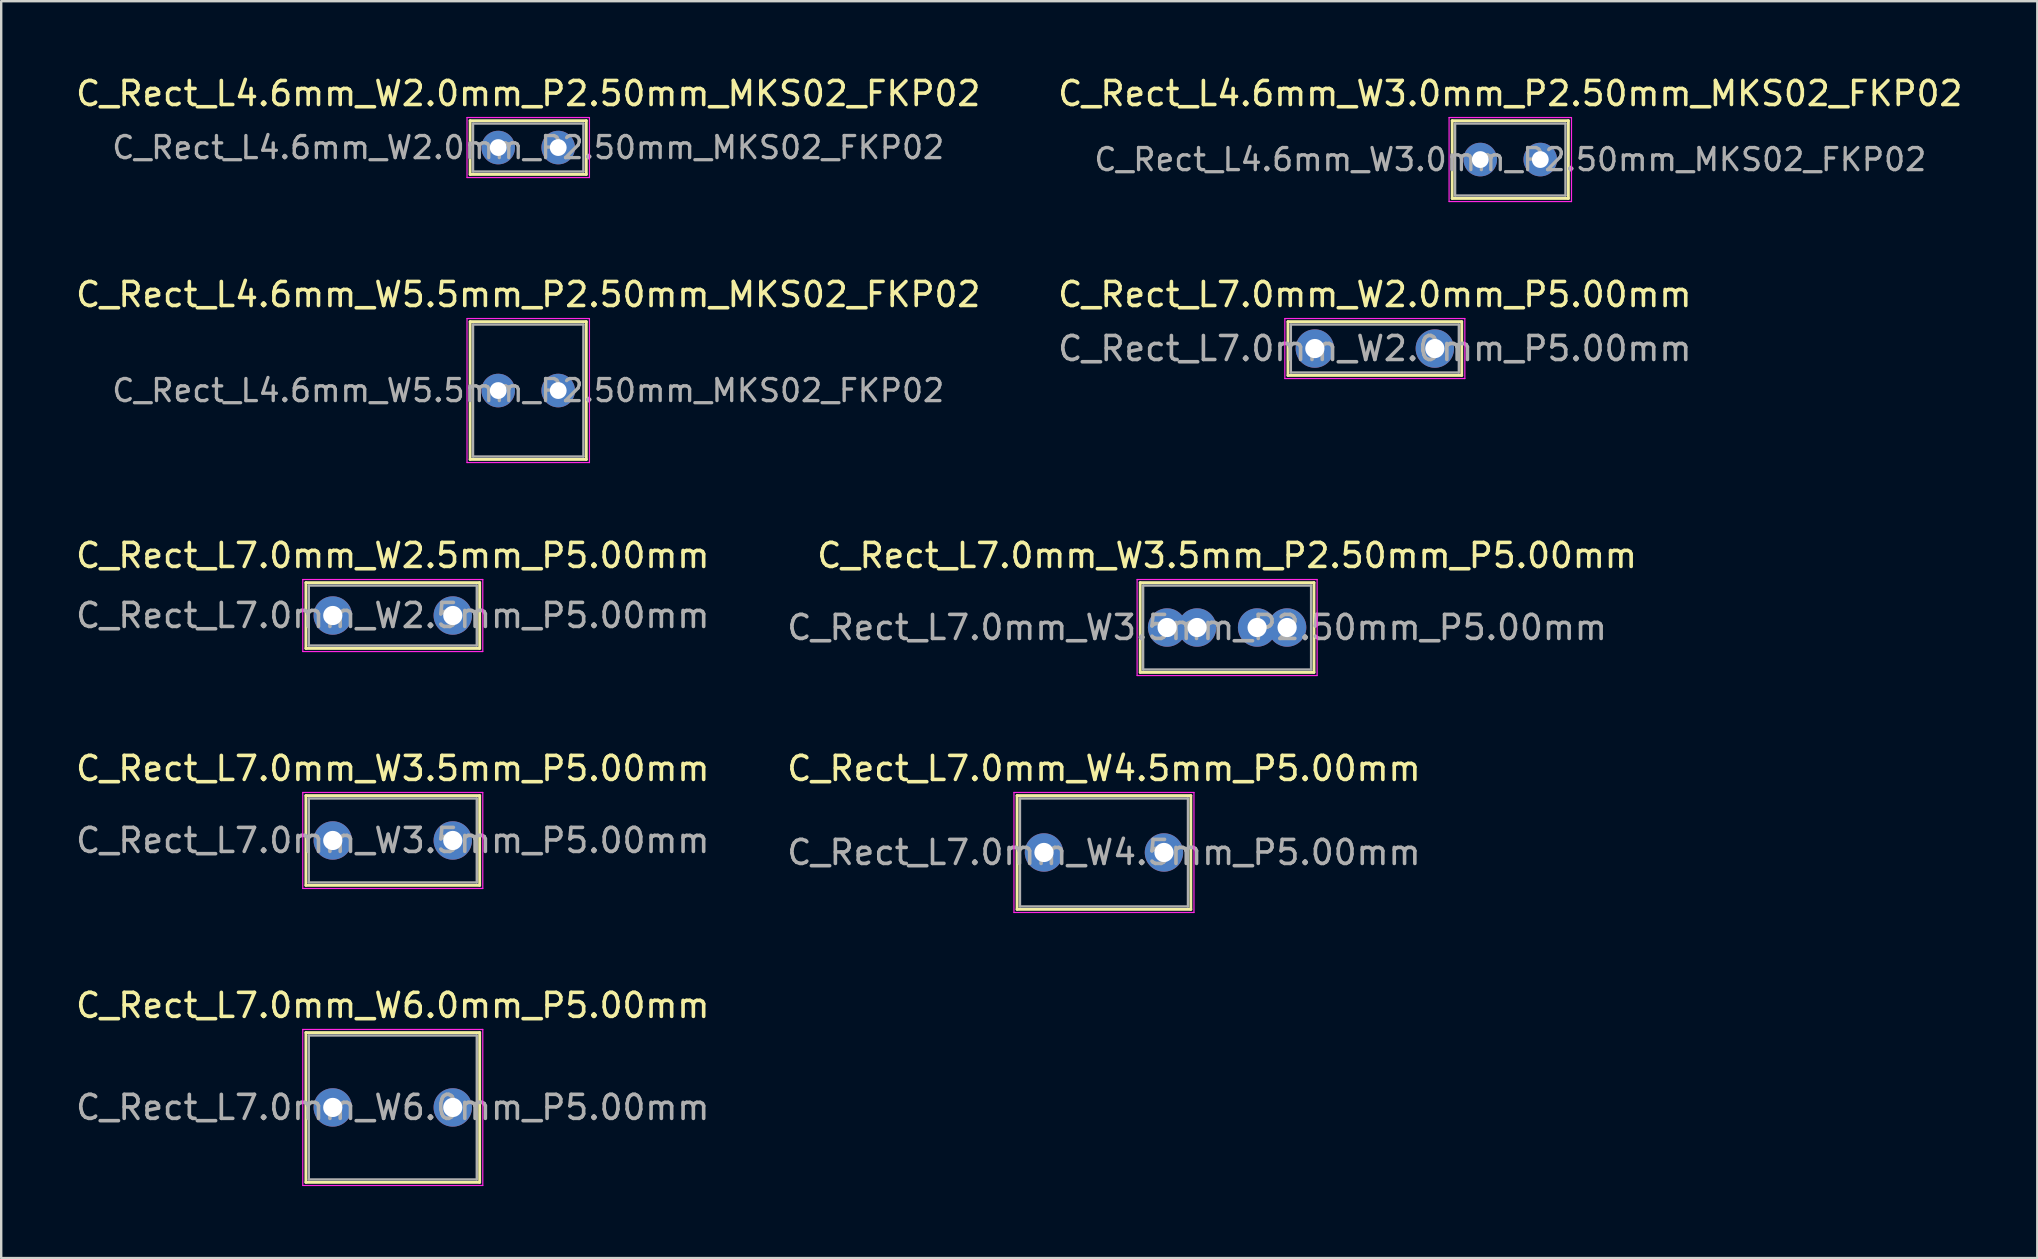
<source format=kicad_pcb>
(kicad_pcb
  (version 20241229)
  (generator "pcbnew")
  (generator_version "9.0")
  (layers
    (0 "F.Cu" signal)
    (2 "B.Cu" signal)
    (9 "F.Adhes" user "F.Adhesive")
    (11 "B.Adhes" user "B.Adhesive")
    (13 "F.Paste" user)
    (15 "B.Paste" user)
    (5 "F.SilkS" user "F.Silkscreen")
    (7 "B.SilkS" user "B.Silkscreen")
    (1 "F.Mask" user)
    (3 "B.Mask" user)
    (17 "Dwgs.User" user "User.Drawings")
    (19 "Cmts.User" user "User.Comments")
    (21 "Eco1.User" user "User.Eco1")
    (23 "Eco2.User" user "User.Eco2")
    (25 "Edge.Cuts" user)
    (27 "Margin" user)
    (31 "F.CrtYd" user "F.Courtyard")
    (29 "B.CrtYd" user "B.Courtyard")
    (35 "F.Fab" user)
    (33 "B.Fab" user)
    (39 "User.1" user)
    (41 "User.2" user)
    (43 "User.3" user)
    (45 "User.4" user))
  (footprint "C_Rect_L7.0mm_W3.5mm_P2.50mm_P5.00mm"
    (layer "F.Cu")
    (at 45.577 23.095)
    (property "Reference" "C_Rect_L7.0mm_W3.5mm_P2.50mm_P5.00mm" (at 2.5 -3 0) (layer "F.SilkS") (effects (font (size 1 1) (thickness 0.15))))
    (attr through_hole)
    (fp_line (start -1.12 -1.87) (end -1.12 1.87) (stroke (width 0.12) (type solid)) (layer "F.SilkS"))
    (fp_line (start -1.12 -1.87) (end 6.12 -1.87) (stroke (width 0.12) (type solid)) (layer "F.SilkS"))
    (fp_line (start -1.12 1.87) (end 6.12 1.87) (stroke (width 0.12) (type solid)) (layer "F.SilkS"))
    (fp_line (start 6.12 -1.87) (end 6.12 1.87) (stroke (width 0.12) (type solid)) (layer "F.SilkS"))
    (fp_line (start -1.25 -2) (end -1.25 2) (stroke (width 0.05) (type solid)) (layer "F.CrtYd"))
    (fp_line (start -1.25 2) (end 6.25 2) (stroke (width 0.05) (type solid)) (layer "F.CrtYd"))
    (fp_line (start 6.25 -2) (end -1.25 -2) (stroke (width 0.05) (type solid)) (layer "F.CrtYd"))
    (fp_line (start 6.25 2) (end 6.25 -2) (stroke (width 0.05) (type solid)) (layer "F.CrtYd"))
    (fp_line (start -1 -1.75) (end -1 1.75) (stroke (width 0.1) (type solid)) (layer "F.Fab"))
    (fp_line (start -1 1.75) (end 6 1.75) (stroke (width 0.1) (type solid)) (layer "F.Fab"))
    (fp_line (start 6 -1.75) (end -1 -1.75) (stroke (width 0.1) (type solid)) (layer "F.Fab"))
    (fp_line (start 6 1.75) (end 6 -1.75) (stroke (width 0.1) (type solid)) (layer "F.Fab"))
    (fp_text user "${REFERENCE}" (at 1.25 0 0) (layer "F.Fab") (effects (font (size 1 1) (thickness 0.15))))
    (pad "1" thru_hole circle (at 0 0) (size 1.6 1.6) (drill 0.8) (layers "*.Cu" "*.Mask"))
    (pad "1" thru_hole circle (at 1.25 0) (size 1.6 1.6) (drill 0.8) (layers "*.Cu" "*.Mask"))
    (pad "2" thru_hole circle (at 3.75 0) (size 1.6 1.6) (drill 0.8) (layers "*.Cu" "*.Mask"))
    (pad "2" thru_hole circle (at 5 0) (size 1.6 1.6) (drill 0.8) (layers "*.Cu" "*.Mask")))
  (footprint "C_Rect_L4.6mm_W3.0mm_P2.50mm_MKS02_FKP02"
    (layer "F.Cu")
    (at 58.625 3.598)
    (property "Reference" "C_Rect_L4.6mm_W3.0mm_P2.50mm_MKS02_FKP02" (at 1.25 -2.75 0) (layer "F.SilkS") (effects (font (size 1 1) (thickness 0.15))))
    (attr through_hole)
    (fp_line (start -1.17 -1.62) (end -1.17 1.62) (stroke (width 0.12) (type solid)) (layer "F.SilkS"))
    (fp_line (start -1.17 -1.62) (end 3.67 -1.62) (stroke (width 0.12) (type solid)) (layer "F.SilkS"))
    (fp_line (start -1.17 1.62) (end 3.67 1.62) (stroke (width 0.12) (type solid)) (layer "F.SilkS"))
    (fp_line (start 3.67 -1.62) (end 3.67 1.62) (stroke (width 0.12) (type solid)) (layer "F.SilkS"))
    (fp_line (start -1.3 -1.75) (end -1.3 1.75) (stroke (width 0.05) (type solid)) (layer "F.CrtYd"))
    (fp_line (start -1.3 1.75) (end 3.8 1.75) (stroke (width 0.05) (type solid)) (layer "F.CrtYd"))
    (fp_line (start 3.8 -1.75) (end -1.3 -1.75) (stroke (width 0.05) (type solid)) (layer "F.CrtYd"))
    (fp_line (start 3.8 1.75) (end 3.8 -1.75) (stroke (width 0.05) (type solid)) (layer "F.CrtYd"))
    (fp_line (start -1.05 -1.5) (end -1.05 1.5) (stroke (width 0.1) (type solid)) (layer "F.Fab"))
    (fp_line (start -1.05 1.5) (end 3.55 1.5) (stroke (width 0.1) (type solid)) (layer "F.Fab"))
    (fp_line (start 3.55 -1.5) (end -1.05 -1.5) (stroke (width 0.1) (type solid)) (layer "F.Fab"))
    (fp_line (start 3.55 1.5) (end 3.55 -1.5) (stroke (width 0.1) (type solid)) (layer "F.Fab"))
    (fp_text user "${REFERENCE}" (at 1.25 0 0) (layer "F.Fab") (effects (font (size 0.92 0.92) (thickness 0.138))))
    (pad "1" thru_hole circle (at 0 0) (size 1.4 1.4) (drill 0.7) (layers "*.Cu" "*.Mask"))
    (pad "2" thru_hole circle (at 2.5 0) (size 1.4 1.4) (drill 0.7) (layers "*.Cu" "*.Mask")))
  (footprint "C_Rect_L4.6mm_W5.5mm_P2.50mm_MKS02_FKP02"
    (layer "F.Cu")
    (at 17.708 13.222)
    (property "Reference" "C_Rect_L4.6mm_W5.5mm_P2.50mm_MKS02_FKP02" (at 1.25 -4 0) (layer "F.SilkS") (effects (font (size 1 1) (thickness 0.15))))
    (attr through_hole)
    (fp_line (start -1.17 -2.87) (end -1.17 2.87) (stroke (width 0.12) (type solid)) (layer "F.SilkS"))
    (fp_line (start -1.17 -2.87) (end 3.67 -2.87) (stroke (width 0.12) (type solid)) (layer "F.SilkS"))
    (fp_line (start -1.17 2.87) (end 3.67 2.87) (stroke (width 0.12) (type solid)) (layer "F.SilkS"))
    (fp_line (start 3.67 -2.87) (end 3.67 2.87) (stroke (width 0.12) (type solid)) (layer "F.SilkS"))
    (fp_line (start -1.3 -3) (end -1.3 3) (stroke (width 0.05) (type solid)) (layer "F.CrtYd"))
    (fp_line (start -1.3 3) (end 3.8 3) (stroke (width 0.05) (type solid)) (layer "F.CrtYd"))
    (fp_line (start 3.8 -3) (end -1.3 -3) (stroke (width 0.05) (type solid)) (layer "F.CrtYd"))
    (fp_line (start 3.8 3) (end 3.8 -3) (stroke (width 0.05) (type solid)) (layer "F.CrtYd"))
    (fp_line (start -1.05 -2.75) (end -1.05 2.75) (stroke (width 0.1) (type solid)) (layer "F.Fab"))
    (fp_line (start -1.05 2.75) (end 3.55 2.75) (stroke (width 0.1) (type solid)) (layer "F.Fab"))
    (fp_line (start 3.55 -2.75) (end -1.05 -2.75) (stroke (width 0.1) (type solid)) (layer "F.Fab"))
    (fp_line (start 3.55 2.75) (end 3.55 -2.75) (stroke (width 0.1) (type solid)) (layer "F.Fab"))
    (fp_text user "${REFERENCE}" (at 1.25 0 0) (layer "F.Fab") (effects (font (size 0.92 0.92) (thickness 0.138))))
    (pad "1" thru_hole circle (at 0 0) (size 1.4 1.4) (drill 0.7) (layers "*.Cu" "*.Mask"))
    (pad "2" thru_hole circle (at 2.5 0) (size 1.4 1.4) (drill 0.7) (layers "*.Cu" "*.Mask")))
  (footprint "C_Rect_L7.0mm_W2.5mm_P5.00mm"
    (layer "F.Cu")
    (at 10.815 22.595)
    (property "Reference" "C_Rect_L7.0mm_W2.5mm_P5.00mm" (at 2.5 -2.5 0) (layer "F.SilkS") (effects (font (size 1 1) (thickness 0.15))))
    (attr through_hole)
    (fp_line (start -1.12 -1.37) (end -1.12 1.37) (stroke (width 0.12) (type solid)) (layer "F.SilkS"))
    (fp_line (start -1.12 -1.37) (end 6.12 -1.37) (stroke (width 0.12) (type solid)) (layer "F.SilkS"))
    (fp_line (start -1.12 1.37) (end 6.12 1.37) (stroke (width 0.12) (type solid)) (layer "F.SilkS"))
    (fp_line (start 6.12 -1.37) (end 6.12 1.37) (stroke (width 0.12) (type solid)) (layer "F.SilkS"))
    (fp_line (start -1.25 -1.5) (end -1.25 1.5) (stroke (width 0.05) (type solid)) (layer "F.CrtYd"))
    (fp_line (start -1.25 1.5) (end 6.25 1.5) (stroke (width 0.05) (type solid)) (layer "F.CrtYd"))
    (fp_line (start 6.25 -1.5) (end -1.25 -1.5) (stroke (width 0.05) (type solid)) (layer "F.CrtYd"))
    (fp_line (start 6.25 1.5) (end 6.25 -1.5) (stroke (width 0.05) (type solid)) (layer "F.CrtYd"))
    (fp_line (start -1 -1.25) (end -1 1.25) (stroke (width 0.1) (type solid)) (layer "F.Fab"))
    (fp_line (start -1 1.25) (end 6 1.25) (stroke (width 0.1) (type solid)) (layer "F.Fab"))
    (fp_line (start 6 -1.25) (end -1 -1.25) (stroke (width 0.1) (type solid)) (layer "F.Fab"))
    (fp_line (start 6 1.25) (end 6 -1.25) (stroke (width 0.1) (type solid)) (layer "F.Fab"))
    (fp_text user "${REFERENCE}" (at 2.5 0 0) (layer "F.Fab") (effects (font (size 1 1) (thickness 0.15))))
    (pad "1" thru_hole circle (at 0 0) (size 1.6 1.6) (drill 0.8) (layers "*.Cu" "*.Mask"))
    (pad "2" thru_hole circle (at 5 0) (size 1.6 1.6) (drill 0.8) (layers "*.Cu" "*.Mask")))
  (footprint "C_Rect_L7.0mm_W4.5mm_P5.00mm"
    (layer "F.Cu")
    (at 40.446 32.468)
    (property "Reference" "C_Rect_L7.0mm_W4.5mm_P5.00mm" (at 2.5 -3.5 0) (layer "F.SilkS") (effects (font (size 1 1) (thickness 0.15))))
    (attr through_hole)
    (fp_line (start -1.12 -2.37) (end -1.12 2.37) (stroke (width 0.12) (type solid)) (layer "F.SilkS"))
    (fp_line (start -1.12 -2.37) (end 6.12 -2.37) (stroke (width 0.12) (type solid)) (layer "F.SilkS"))
    (fp_line (start -1.12 2.37) (end 6.12 2.37) (stroke (width 0.12) (type solid)) (layer "F.SilkS"))
    (fp_line (start 6.12 -2.37) (end 6.12 2.37) (stroke (width 0.12) (type solid)) (layer "F.SilkS"))
    (fp_line (start -1.25 -2.5) (end -1.25 2.5) (stroke (width 0.05) (type solid)) (layer "F.CrtYd"))
    (fp_line (start -1.25 2.5) (end 6.25 2.5) (stroke (width 0.05) (type solid)) (layer "F.CrtYd"))
    (fp_line (start 6.25 -2.5) (end -1.25 -2.5) (stroke (width 0.05) (type solid)) (layer "F.CrtYd"))
    (fp_line (start 6.25 2.5) (end 6.25 -2.5) (stroke (width 0.05) (type solid)) (layer "F.CrtYd"))
    (fp_line (start -1 -2.25) (end -1 2.25) (stroke (width 0.1) (type solid)) (layer "F.Fab"))
    (fp_line (start -1 2.25) (end 6 2.25) (stroke (width 0.1) (type solid)) (layer "F.Fab"))
    (fp_line (start 6 -2.25) (end -1 -2.25) (stroke (width 0.1) (type solid)) (layer "F.Fab"))
    (fp_line (start 6 2.25) (end 6 -2.25) (stroke (width 0.1) (type solid)) (layer "F.Fab"))
    (fp_text user "${REFERENCE}" (at 2.5 0 0) (layer "F.Fab") (effects (font (size 1 1) (thickness 0.15))))
    (pad "1" thru_hole circle (at 0 0) (size 1.6 1.6) (drill 0.8) (layers "*.Cu" "*.Mask"))
    (pad "2" thru_hole circle (at 5 0) (size 1.6 1.6) (drill 0.8) (layers "*.Cu" "*.Mask")))
  (footprint "C_Rect_L4.6mm_W2.0mm_P2.50mm_MKS02_FKP02"
    (layer "F.Cu")
    (at 17.708 3.098)
    (property "Reference" "C_Rect_L4.6mm_W2.0mm_P2.50mm_MKS02_FKP02" (at 1.25 -2.25 0) (layer "F.SilkS") (effects (font (size 1 1) (thickness 0.15))))
    (attr through_hole)
    (fp_line (start -1.17 -1.12) (end -1.17 1.12) (stroke (width 0.12) (type solid)) (layer "F.SilkS"))
    (fp_line (start -1.17 -1.12) (end 3.67 -1.12) (stroke (width 0.12) (type solid)) (layer "F.SilkS"))
    (fp_line (start -1.17 1.12) (end 3.67 1.12) (stroke (width 0.12) (type solid)) (layer "F.SilkS"))
    (fp_line (start 3.67 -1.12) (end 3.67 1.12) (stroke (width 0.12) (type solid)) (layer "F.SilkS"))
    (fp_line (start -1.3 -1.25) (end -1.3 1.25) (stroke (width 0.05) (type solid)) (layer "F.CrtYd"))
    (fp_line (start -1.3 1.25) (end 3.8 1.25) (stroke (width 0.05) (type solid)) (layer "F.CrtYd"))
    (fp_line (start 3.8 -1.25) (end -1.3 -1.25) (stroke (width 0.05) (type solid)) (layer "F.CrtYd"))
    (fp_line (start 3.8 1.25) (end 3.8 -1.25) (stroke (width 0.05) (type solid)) (layer "F.CrtYd"))
    (fp_line (start -1.05 -1) (end -1.05 1) (stroke (width 0.1) (type solid)) (layer "F.Fab"))
    (fp_line (start -1.05 1) (end 3.55 1) (stroke (width 0.1) (type solid)) (layer "F.Fab"))
    (fp_line (start 3.55 -1) (end -1.05 -1) (stroke (width 0.1) (type solid)) (layer "F.Fab"))
    (fp_line (start 3.55 1) (end 3.55 -1) (stroke (width 0.1) (type solid)) (layer "F.Fab"))
    (fp_text user "${REFERENCE}" (at 1.25 0 0) (layer "F.Fab") (effects (font (size 0.92 0.92) (thickness 0.138))))
    (pad "1" thru_hole circle (at 0 0) (size 1.4 1.4) (drill 0.7) (layers "*.Cu" "*.Mask"))
    (pad "2" thru_hole circle (at 2.5 0) (size 1.4 1.4) (drill 0.7) (layers "*.Cu" "*.Mask")))
  (footprint "C_Rect_L7.0mm_W2.0mm_P5.00mm"
    (layer "F.Cu")
    (at 51.732 11.472)
    (property "Reference" "C_Rect_L7.0mm_W2.0mm_P5.00mm" (at 2.5 -2.25 0) (layer "F.SilkS") (effects (font (size 1 1) (thickness 0.15))))
    (attr through_hole)
    (fp_line (start -1.12 -1.12) (end -1.12 1.12) (stroke (width 0.12) (type solid)) (layer "F.SilkS"))
    (fp_line (start -1.12 -1.12) (end 6.12 -1.12) (stroke (width 0.12) (type solid)) (layer "F.SilkS"))
    (fp_line (start -1.12 1.12) (end 6.12 1.12) (stroke (width 0.12) (type solid)) (layer "F.SilkS"))
    (fp_line (start 6.12 -1.12) (end 6.12 1.12) (stroke (width 0.12) (type solid)) (layer "F.SilkS"))
    (fp_line (start -1.25 -1.25) (end -1.25 1.25) (stroke (width 0.05) (type solid)) (layer "F.CrtYd"))
    (fp_line (start -1.25 1.25) (end 6.25 1.25) (stroke (width 0.05) (type solid)) (layer "F.CrtYd"))
    (fp_line (start 6.25 -1.25) (end -1.25 -1.25) (stroke (width 0.05) (type solid)) (layer "F.CrtYd"))
    (fp_line (start 6.25 1.25) (end 6.25 -1.25) (stroke (width 0.05) (type solid)) (layer "F.CrtYd"))
    (fp_line (start -1 -1) (end -1 1) (stroke (width 0.1) (type solid)) (layer "F.Fab"))
    (fp_line (start -1 1) (end 6 1) (stroke (width 0.1) (type solid)) (layer "F.Fab"))
    (fp_line (start 6 -1) (end -1 -1) (stroke (width 0.1) (type solid)) (layer "F.Fab"))
    (fp_line (start 6 1) (end 6 -1) (stroke (width 0.1) (type solid)) (layer "F.Fab"))
    (fp_text user "${REFERENCE}" (at 2.5 0 0) (layer "F.Fab") (effects (font (size 1 1) (thickness 0.15))))
    (pad "1" thru_hole circle (at 0 0) (size 1.6 1.6) (drill 0.8) (layers "*.Cu" "*.Mask"))
    (pad "2" thru_hole circle (at 5 0) (size 1.6 1.6) (drill 0.8) (layers "*.Cu" "*.Mask")))
  (footprint "C_Rect_L7.0mm_W6.0mm_P5.00mm"
    (layer "F.Cu")
    (at 10.815 43.091)
    (property "Reference" "C_Rect_L7.0mm_W6.0mm_P5.00mm" (at 2.5 -4.25 0) (layer "F.SilkS") (effects (font (size 1 1) (thickness 0.15))))
    (attr through_hole)
    (fp_line (start -1.12 -3.12) (end -1.12 3.12) (stroke (width 0.12) (type solid)) (layer "F.SilkS"))
    (fp_line (start -1.12 -3.12) (end 6.12 -3.12) (stroke (width 0.12) (type solid)) (layer "F.SilkS"))
    (fp_line (start -1.12 3.12) (end 6.12 3.12) (stroke (width 0.12) (type solid)) (layer "F.SilkS"))
    (fp_line (start 6.12 -3.12) (end 6.12 3.12) (stroke (width 0.12) (type solid)) (layer "F.SilkS"))
    (fp_line (start -1.25 -3.25) (end -1.25 3.25) (stroke (width 0.05) (type solid)) (layer "F.CrtYd"))
    (fp_line (start -1.25 3.25) (end 6.25 3.25) (stroke (width 0.05) (type solid)) (layer "F.CrtYd"))
    (fp_line (start 6.25 -3.25) (end -1.25 -3.25) (stroke (width 0.05) (type solid)) (layer "F.CrtYd"))
    (fp_line (start 6.25 3.25) (end 6.25 -3.25) (stroke (width 0.05) (type solid)) (layer "F.CrtYd"))
    (fp_line (start -1 -3) (end -1 3) (stroke (width 0.1) (type solid)) (layer "F.Fab"))
    (fp_line (start -1 3) (end 6 3) (stroke (width 0.1) (type solid)) (layer "F.Fab"))
    (fp_line (start 6 -3) (end -1 -3) (stroke (width 0.1) (type solid)) (layer "F.Fab"))
    (fp_line (start 6 3) (end 6 -3) (stroke (width 0.1) (type solid)) (layer "F.Fab"))
    (fp_text user "${REFERENCE}" (at 2.5 0 0) (layer "F.Fab") (effects (font (size 1 1) (thickness 0.15))))
    (pad "1" thru_hole circle (at 0 0) (size 1.6 1.6) (drill 0.8) (layers "*.Cu" "*.Mask"))
    (pad "2" thru_hole circle (at 5 0) (size 1.6 1.6) (drill 0.8) (layers "*.Cu" "*.Mask")))
  (footprint "C_Rect_L7.0mm_W3.5mm_P5.00mm"
    (layer "F.Cu")
    (at 10.815 31.968)
    (property "Reference" "C_Rect_L7.0mm_W3.5mm_P5.00mm" (at 2.5 -3 0) (layer "F.SilkS") (effects (font (size 1 1) (thickness 0.15))))
    (attr through_hole)
    (fp_line (start -1.12 -1.87) (end -1.12 1.87) (stroke (width 0.12) (type solid)) (layer "F.SilkS"))
    (fp_line (start -1.12 -1.87) (end 6.12 -1.87) (stroke (width 0.12) (type solid)) (layer "F.SilkS"))
    (fp_line (start -1.12 1.87) (end 6.12 1.87) (stroke (width 0.12) (type solid)) (layer "F.SilkS"))
    (fp_line (start 6.12 -1.87) (end 6.12 1.87) (stroke (width 0.12) (type solid)) (layer "F.SilkS"))
    (fp_line (start -1.25 -2) (end -1.25 2) (stroke (width 0.05) (type solid)) (layer "F.CrtYd"))
    (fp_line (start -1.25 2) (end 6.25 2) (stroke (width 0.05) (type solid)) (layer "F.CrtYd"))
    (fp_line (start 6.25 -2) (end -1.25 -2) (stroke (width 0.05) (type solid)) (layer "F.CrtYd"))
    (fp_line (start 6.25 2) (end 6.25 -2) (stroke (width 0.05) (type solid)) (layer "F.CrtYd"))
    (fp_line (start -1 -1.75) (end -1 1.75) (stroke (width 0.1) (type solid)) (layer "F.Fab"))
    (fp_line (start -1 1.75) (end 6 1.75) (stroke (width 0.1) (type solid)) (layer "F.Fab"))
    (fp_line (start 6 -1.75) (end -1 -1.75) (stroke (width 0.1) (type solid)) (layer "F.Fab"))
    (fp_line (start 6 1.75) (end 6 -1.75) (stroke (width 0.1) (type solid)) (layer "F.Fab"))
    (fp_text user "${REFERENCE}" (at 2.5 0 0) (layer "F.Fab") (effects (font (size 1 1) (thickness 0.15))))
    (pad "1" thru_hole circle (at 0 0) (size 1.6 1.6) (drill 0.8) (layers "*.Cu" "*.Mask"))
    (pad "2" thru_hole circle (at 5 0) (size 1.6 1.6) (drill 0.8) (layers "*.Cu" "*.Mask")))
  (gr_rect
    (start -3 -3)
    (end 81.833 49.366)
    (stroke (width 0.1) (type default))
    (fill no)
    (layer "Edge.Cuts")))
</source>
